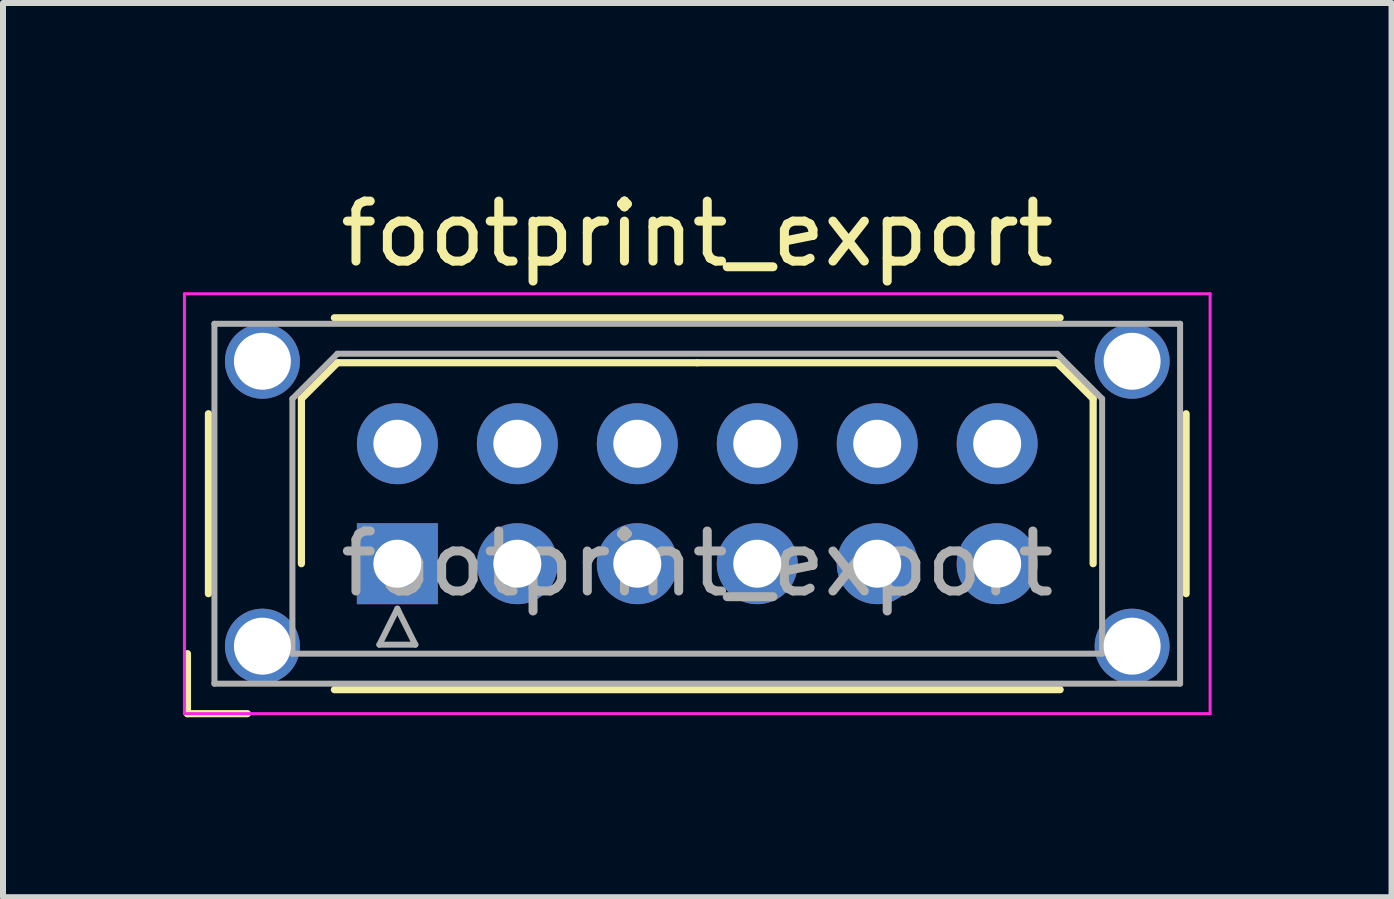
<source format=kicad_pcb>
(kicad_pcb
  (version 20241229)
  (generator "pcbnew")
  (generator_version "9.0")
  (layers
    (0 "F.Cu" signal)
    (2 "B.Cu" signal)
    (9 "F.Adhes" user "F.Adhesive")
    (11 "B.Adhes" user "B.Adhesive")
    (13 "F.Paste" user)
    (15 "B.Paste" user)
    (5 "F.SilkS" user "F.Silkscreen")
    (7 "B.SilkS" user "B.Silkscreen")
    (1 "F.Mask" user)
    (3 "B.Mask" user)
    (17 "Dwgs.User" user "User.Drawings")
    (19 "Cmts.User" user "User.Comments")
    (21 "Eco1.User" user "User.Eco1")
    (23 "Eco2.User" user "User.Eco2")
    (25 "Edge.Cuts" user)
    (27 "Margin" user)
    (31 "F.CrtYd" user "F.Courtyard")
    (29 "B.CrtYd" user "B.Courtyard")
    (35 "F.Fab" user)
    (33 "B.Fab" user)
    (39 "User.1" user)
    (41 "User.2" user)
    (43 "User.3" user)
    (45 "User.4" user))
  (footprint "footprint_export"
    (layer "F.Cu")
    (at 3.575 6.348)
    (property "Reference" "footprint_export" (at 5 -5.5 0) (layer "F.SilkS") (effects (font (size 1 1) (thickness 0.15))))
    (attr through_hole)
    (fp_line (start -3.5 1.5) (end -3.5 2.5) (stroke (width 0.12) (type solid)) (layer "F.SilkS"))
    (fp_line (start -3.5 2.5) (end -2.5 2.5) (stroke (width 0.12) (type solid)) (layer "F.SilkS"))
    (fp_line (start -3.15 -2.5) (end -3.15 0.5) (stroke (width 0.12) (type solid)) (layer "F.SilkS"))
    (fp_line (start -1.6 -2.75) (end -1 -3.35) (stroke (width 0.12) (type solid)) (layer "F.SilkS"))
    (fp_line (start -1.6 0) (end -1.6 -2.75) (stroke (width 0.12) (type solid)) (layer "F.SilkS"))
    (fp_line (start -1.05 -4.1) (end 11.05 -4.1) (stroke (width 0.12) (type solid)) (layer "F.SilkS"))
    (fp_line (start -1.05 2.1) (end 11.05 2.1) (stroke (width 0.12) (type solid)) (layer "F.SilkS"))
    (fp_line (start -1 -3.35) (end 5 -3.35) (stroke (width 0.12) (type solid)) (layer "F.SilkS"))
    (fp_line (start 11 -3.35) (end 5 -3.35) (stroke (width 0.12) (type solid)) (layer "F.SilkS"))
    (fp_line (start 11.6 -2.75) (end 11 -3.35) (stroke (width 0.12) (type solid)) (layer "F.SilkS"))
    (fp_line (start 11.6 0) (end 11.6 -2.75) (stroke (width 0.12) (type solid)) (layer "F.SilkS"))
    (fp_line (start 13.15 -2.5) (end 13.15 0.5) (stroke (width 0.12) (type solid)) (layer "F.SilkS"))
    (fp_line (start -3.55 -4.5) (end -3.55 2.5) (stroke (width 0.05) (type solid)) (layer "F.CrtYd"))
    (fp_line (start -3.55 2.5) (end 13.55 2.5) (stroke (width 0.05) (type solid)) (layer "F.CrtYd"))
    (fp_line (start 13.55 -4.5) (end -3.55 -4.5) (stroke (width 0.05) (type solid)) (layer "F.CrtYd"))
    (fp_line (start 13.55 2.5) (end 13.55 -4.5) (stroke (width 0.05) (type solid)) (layer "F.CrtYd"))
    (fp_line (start -3.05 -4) (end -3.05 2) (stroke (width 0.1) (type solid)) (layer "F.Fab"))
    (fp_line (start -3.05 2) (end 13.05 2) (stroke (width 0.1) (type solid)) (layer "F.Fab"))
    (fp_line (start -1.75 -2.75) (end -1 -3.5) (stroke (width 0.1) (type solid)) (layer "F.Fab"))
    (fp_line (start -1.75 1.5) (end -1.75 -2.75) (stroke (width 0.1) (type solid)) (layer "F.Fab"))
    (fp_line (start -1 -3.5) (end 11 -3.5) (stroke (width 0.1) (type solid)) (layer "F.Fab"))
    (fp_line (start -0.3 1.35) (end 0.3 1.35) (stroke (width 0.1) (type solid)) (layer "F.Fab"))
    (fp_line (start 0 0.75) (end -0.3 1.35) (stroke (width 0.1) (type solid)) (layer "F.Fab"))
    (fp_line (start 0.3 1.35) (end 0 0.75) (stroke (width 0.1) (type solid)) (layer "F.Fab"))
    (fp_line (start 11 -3.5) (end 11.75 -2.75) (stroke (width 0.1) (type solid)) (layer "F.Fab"))
    (fp_line (start 11.75 -2.75) (end 11.75 1.5) (stroke (width 0.1) (type solid)) (layer "F.Fab"))
    (fp_line (start 11.75 1.5) (end -1.75 1.5) (stroke (width 0.1) (type solid)) (layer "F.Fab"))
    (fp_line (start 13.05 -4) (end -3.05 -4) (stroke (width 0.1) (type solid)) (layer "F.Fab"))
    (fp_line (start 13.05 2) (end 13.05 -4) (stroke (width 0.1) (type solid)) (layer "F.Fab"))
    (fp_text user "${REFERENCE}" (at 5 0 0) (layer "F.Fab") (effects (font (size 1 1) (thickness 0.15))))
    (pad "" thru_hole circle (at -2.25 -3.375) (size 1.25 1.25) (drill 0.95) (layers "*.Cu" "*.Mask"))
    (pad "" thru_hole circle (at -2.25 1.375) (size 1.25 1.25) (drill 0.95) (layers "*.Cu" "*.Mask"))
    (pad "" thru_hole circle (at 12.25 -3.375) (size 1.25 1.25) (drill 0.95) (layers "*.Cu" "*.Mask"))
    (pad "" thru_hole circle (at 12.25 1.375) (size 1.25 1.25) (drill 0.95) (layers "*.Cu" "*.Mask"))
    (pad "1" thru_hole rect (at 0 0) (size 1.35 1.35) (drill 0.8) (layers "*.Cu" "*.Mask"))
    (pad "2" thru_hole circle (at 0 -2) (size 1.35 1.35) (drill 0.8) (layers "*.Cu" "*.Mask"))
    (pad "3" thru_hole circle (at 2 0) (size 1.35 1.35) (drill 0.8) (layers "*.Cu" "*.Mask"))
    (pad "4" thru_hole circle (at 2 -2) (size 1.35 1.35) (drill 0.8) (layers "*.Cu" "*.Mask"))
    (pad "5" thru_hole circle (at 4 0) (size 1.35 1.35) (drill 0.8) (layers "*.Cu" "*.Mask"))
    (pad "6" thru_hole circle (at 4 -2) (size 1.35 1.35) (drill 0.8) (layers "*.Cu" "*.Mask"))
    (pad "7" thru_hole circle (at 6 0) (size 1.35 1.35) (drill 0.8) (layers "*.Cu" "*.Mask"))
    (pad "8" thru_hole circle (at 6 -2) (size 1.35 1.35) (drill 0.8) (layers "*.Cu" "*.Mask"))
    (pad "9" thru_hole circle (at 8 0) (size 1.35 1.35) (drill 0.8) (layers "*.Cu" "*.Mask"))
    (pad "10" thru_hole circle (at 8 -2) (size 1.35 1.35) (drill 0.8) (layers "*.Cu" "*.Mask"))
    (pad "11" thru_hole circle (at 10 0) (size 1.35 1.35) (drill 0.8) (layers "*.Cu" "*.Mask"))
    (pad "12" thru_hole circle (at 10 -2) (size 1.35 1.35) (drill 0.8) (layers "*.Cu" "*.Mask")))
  (gr_rect
    (start -3 -3)
    (end 20.15 11.908)
    (stroke (width 0.1) (type default))
    (fill no)
    (layer "Edge.Cuts")))
</source>
